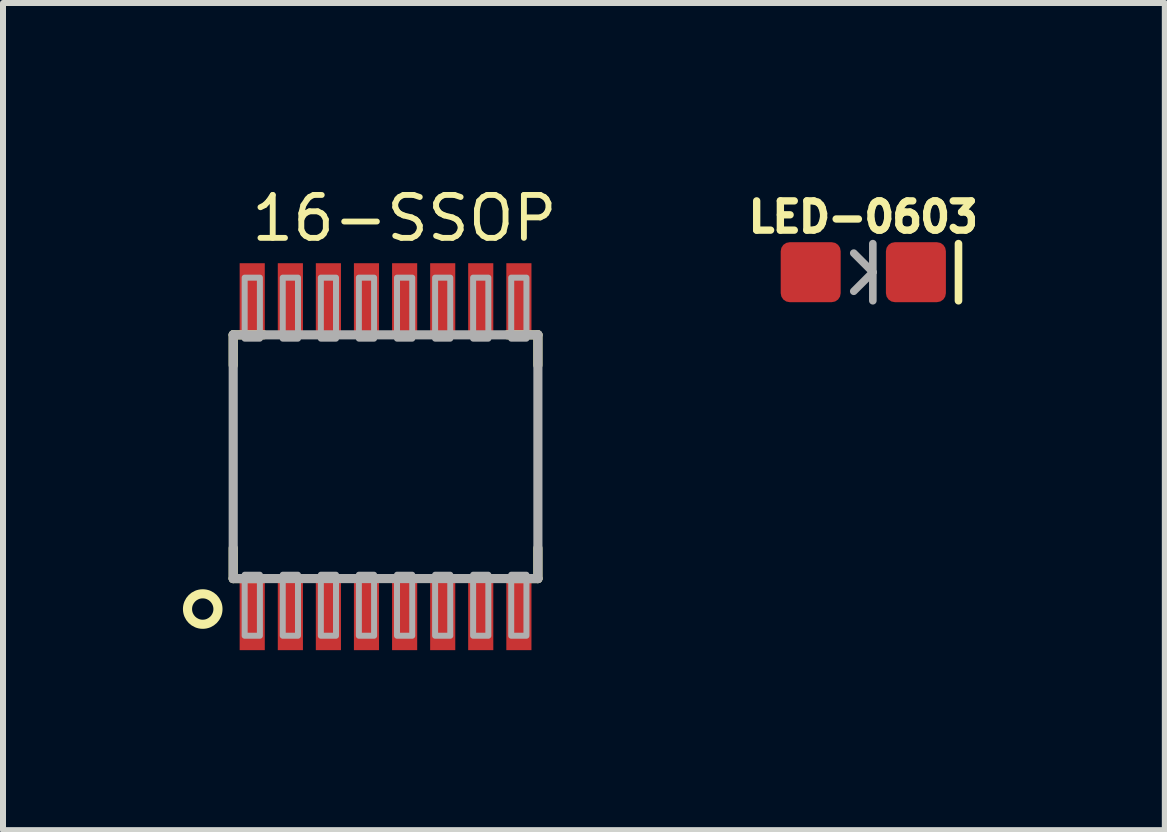
<source format=kicad_pcb>
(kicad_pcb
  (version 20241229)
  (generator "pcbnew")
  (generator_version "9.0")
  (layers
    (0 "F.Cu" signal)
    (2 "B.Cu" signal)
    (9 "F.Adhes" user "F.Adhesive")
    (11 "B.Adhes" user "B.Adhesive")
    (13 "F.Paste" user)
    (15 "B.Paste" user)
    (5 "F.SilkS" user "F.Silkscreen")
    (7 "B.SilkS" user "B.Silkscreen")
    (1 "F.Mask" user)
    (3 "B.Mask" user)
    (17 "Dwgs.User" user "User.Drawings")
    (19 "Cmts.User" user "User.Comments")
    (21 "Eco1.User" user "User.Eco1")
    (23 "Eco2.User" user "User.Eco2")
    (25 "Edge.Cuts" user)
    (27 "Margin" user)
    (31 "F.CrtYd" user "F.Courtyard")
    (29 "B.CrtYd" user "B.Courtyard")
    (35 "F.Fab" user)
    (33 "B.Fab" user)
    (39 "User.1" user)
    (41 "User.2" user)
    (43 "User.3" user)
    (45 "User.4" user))
  (footprint "LED-0603"
    (layer "F.Cu")
    (at 11.343 1.488)
    (property "Reference" "LED-0603" (at 0 -0.635 0) (layer "F.SilkS") (effects (font (size 0.488 0.488) (thickness 0.122)) (justify bottom)))
    (fp_line (start 1.587 -0.476) (end 1.587 0.476) (stroke (width 0.127) (type solid)) (layer "F.SilkS"))
    (fp_line (start 0.159 -0.476) (end 0.159 0) (stroke (width 0.127) (type solid)) (layer "F.Fab"))
    (fp_line (start 0.159 0) (end -0.159 -0.318) (stroke (width 0.127) (type solid)) (layer "F.Fab"))
    (fp_line (start 0.159 0) (end -0.159 0.318) (stroke (width 0.127) (type solid)) (layer "F.Fab"))
    (fp_line (start 0.159 0) (end 0.159 0.476) (stroke (width 0.127) (type solid)) (layer "F.Fab"))
    (pad "A" smd roundrect (at -0.877 0 270) (size 1 1) (layers "F.Cu" "F.Mask" "F.Paste") (roundrect_rratio 0.15))
    (pad "C" smd roundrect (at 0.877 0 270) (size 1 1) (layers "F.Cu" "F.Mask" "F.Paste") (roundrect_rratio 0.15)))
  (footprint "16-SSOP"
    (layer "F.Cu")
    (at 3.378 4.564)
    (property "Reference" "16-SSOP" (at -2.286 -3.556 0) (layer "F.SilkS") (effects (font (size 0.715 0.715) (thickness 0.098)) (justify left bottom)))
    (fp_line (start -2.54 -2.032) (end -2.032 -2.032) (stroke (width 0.152) (type solid)) (layer "F.SilkS"))
    (fp_line (start -2.54 -1.524) (end -2.54 -2.032) (stroke (width 0.152) (type solid)) (layer "F.SilkS"))
    (fp_line (start -2.54 1.524) (end -2.54 2.032) (stroke (width 0.152) (type solid)) (layer "F.SilkS"))
    (fp_line (start -2.54 2.032) (end -2.032 2.032) (stroke (width 0.152) (type solid)) (layer "F.SilkS"))
    (fp_line (start 2.032 2.032) (end 2.54 2.032) (stroke (width 0.152) (type solid)) (layer "F.SilkS"))
    (fp_line (start 2.54 -2.032) (end 2.032 -2.032) (stroke (width 0.152) (type solid)) (layer "F.SilkS"))
    (fp_line (start 2.54 -1.524) (end 2.54 -2.032) (stroke (width 0.152) (type solid)) (layer "F.SilkS"))
    (fp_line (start 2.54 2.032) (end 2.54 1.524) (stroke (width 0.152) (type solid)) (layer "F.SilkS"))
    (fp_circle (center -3.048 2.54) (end -2.794 2.54) (stroke (width 0.152) (type solid)) (fill no) (layer "F.SilkS"))
    (fp_line (start -2.54 -2.032) (end -2.54 2.032) (stroke (width 0.152) (type solid)) (layer "F.Fab"))
    (fp_line (start -2.54 2.032) (end 2.54 2.032) (stroke (width 0.152) (type solid)) (layer "F.Fab"))
    (fp_line (start 2.54 -2.032) (end -2.54 -2.032) (stroke (width 0.152) (type solid)) (layer "F.Fab"))
    (fp_line (start 2.54 2.032) (end 2.54 -2.032) (stroke (width 0.152) (type solid)) (layer "F.Fab"))
    (fp_poly (pts (xy -2.349 2.985) (xy -2.095 2.985) (xy -2.095 1.968) (xy -2.349 1.968)) (stroke (width 0.1) (type solid)) (fill no) (layer "F.Fab"))
    (fp_poly (pts (xy -2.095 -2.985) (xy -2.349 -2.985) (xy -2.349 -1.968) (xy -2.095 -1.968)) (stroke (width 0.1) (type solid)) (fill no) (layer "F.Fab"))
    (fp_poly (pts (xy -1.714 2.985) (xy -1.46 2.985) (xy -1.46 1.968) (xy -1.714 1.968)) (stroke (width 0.1) (type solid)) (fill no) (layer "F.Fab"))
    (fp_poly (pts (xy -1.46 -2.985) (xy -1.714 -2.985) (xy -1.714 -1.968) (xy -1.46 -1.968)) (stroke (width 0.1) (type solid)) (fill no) (layer "F.Fab"))
    (fp_poly (pts (xy -1.079 2.985) (xy -0.826 2.985) (xy -0.826 1.968) (xy -1.079 1.968)) (stroke (width 0.1) (type solid)) (fill no) (layer "F.Fab"))
    (fp_poly (pts (xy -0.826 -2.985) (xy -1.079 -2.985) (xy -1.079 -1.968) (xy -0.826 -1.968)) (stroke (width 0.1) (type solid)) (fill no) (layer "F.Fab"))
    (fp_poly (pts (xy -0.445 2.985) (xy -0.191 2.985) (xy -0.191 1.968) (xy -0.445 1.968)) (stroke (width 0.1) (type solid)) (fill no) (layer "F.Fab"))
    (fp_poly (pts (xy -0.191 -2.985) (xy -0.445 -2.985) (xy -0.445 -1.968) (xy -0.191 -1.968)) (stroke (width 0.1) (type solid)) (fill no) (layer "F.Fab"))
    (fp_poly (pts (xy 0.191 2.985) (xy 0.445 2.985) (xy 0.445 1.968) (xy 0.191 1.968)) (stroke (width 0.1) (type solid)) (fill no) (layer "F.Fab"))
    (fp_poly (pts (xy 0.445 -2.985) (xy 0.191 -2.985) (xy 0.191 -1.968) (xy 0.445 -1.968)) (stroke (width 0.1) (type solid)) (fill no) (layer "F.Fab"))
    (fp_poly (pts (xy 0.826 2.985) (xy 1.079 2.985) (xy 1.079 1.968) (xy 0.826 1.968)) (stroke (width 0.1) (type solid)) (fill no) (layer "F.Fab"))
    (fp_poly (pts (xy 1.079 -2.985) (xy 0.826 -2.985) (xy 0.826 -1.968) (xy 1.079 -1.968)) (stroke (width 0.1) (type solid)) (fill no) (layer "F.Fab"))
    (fp_poly (pts (xy 1.46 2.985) (xy 1.714 2.985) (xy 1.714 1.968) (xy 1.46 1.968)) (stroke (width 0.1) (type solid)) (fill no) (layer "F.Fab"))
    (fp_poly (pts (xy 1.714 -2.985) (xy 1.46 -2.985) (xy 1.46 -1.968) (xy 1.714 -1.968)) (stroke (width 0.1) (type solid)) (fill no) (layer "F.Fab"))
    (fp_poly (pts (xy 2.095 2.985) (xy 2.349 2.985) (xy 2.349 1.968) (xy 2.095 1.968)) (stroke (width 0.1) (type solid)) (fill no) (layer "F.Fab"))
    (fp_poly (pts (xy 2.349 -2.985) (xy 2.095 -2.985) (xy 2.095 -1.968) (xy 2.349 -1.968)) (stroke (width 0.1) (type solid)) (fill no) (layer "F.Fab"))
    (pad "1" smd rect (at -2.223 2.654 90) (size 1.143 0.419) (layers "F.Cu" "F.Mask" "F.Paste"))
    (pad "2" smd rect (at -1.587 2.654 90) (size 1.143 0.419) (layers "F.Cu" "F.Mask" "F.Paste"))
    (pad "3" smd rect (at -0.953 2.654 90) (size 1.143 0.419) (layers "F.Cu" "F.Mask" "F.Paste"))
    (pad "4" smd rect (at -0.318 2.654 90) (size 1.143 0.419) (layers "F.Cu" "F.Mask" "F.Paste"))
    (pad "5" smd rect (at 0.318 2.654 90) (size 1.143 0.419) (layers "F.Cu" "F.Mask" "F.Paste"))
    (pad "6" smd rect (at 0.953 2.654 90) (size 1.143 0.419) (layers "F.Cu" "F.Mask" "F.Paste"))
    (pad "7" smd rect (at 1.587 2.654 90) (size 1.143 0.419) (layers "F.Cu" "F.Mask" "F.Paste"))
    (pad "8" smd rect (at 2.223 2.654 90) (size 1.143 0.419) (layers "F.Cu" "F.Mask" "F.Paste"))
    (pad "9" smd rect (at 2.223 -2.654 90) (size 1.143 0.419) (layers "F.Cu" "F.Mask" "F.Paste"))
    (pad "10" smd rect (at 1.587 -2.654 90) (size 1.143 0.419) (layers "F.Cu" "F.Mask" "F.Paste"))
    (pad "11" smd rect (at 0.953 -2.654 90) (size 1.143 0.419) (layers "F.Cu" "F.Mask" "F.Paste"))
    (pad "12" smd rect (at 0.318 -2.654 90) (size 1.143 0.419) (layers "F.Cu" "F.Mask" "F.Paste"))
    (pad "13" smd rect (at -0.318 -2.654 90) (size 1.143 0.419) (layers "F.Cu" "F.Mask" "F.Paste"))
    (pad "14" smd rect (at -0.953 -2.654 90) (size 1.143 0.419) (layers "F.Cu" "F.Mask" "F.Paste"))
    (pad "15" smd rect (at -1.587 -2.654 90) (size 1.143 0.419) (layers "F.Cu" "F.Mask" "F.Paste"))
    (pad "16" smd rect (at -2.223 -2.654 90) (size 1.143 0.419) (layers "F.Cu" "F.Mask" "F.Paste")))
  (gr_rect
    (start -3 -3)
    (end 16.37 10.79)
    (stroke (width 0.1) (type default))
    (fill no)
    (layer "Edge.Cuts")))
</source>
